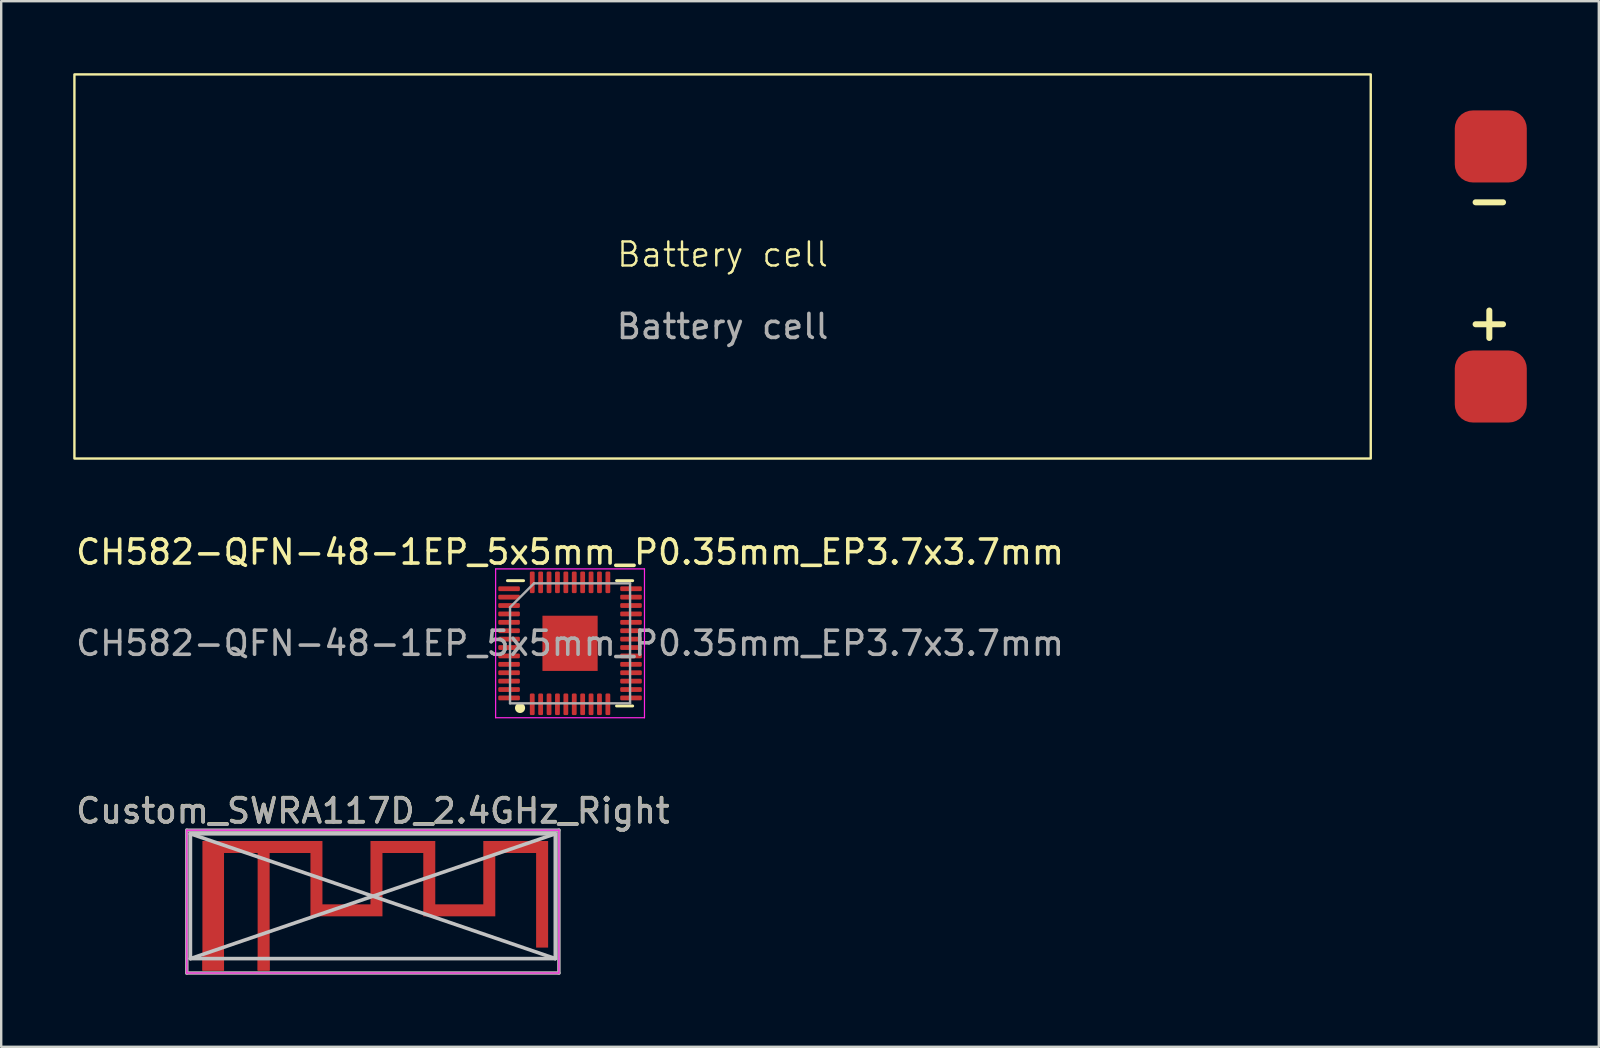
<source format=kicad_pcb>
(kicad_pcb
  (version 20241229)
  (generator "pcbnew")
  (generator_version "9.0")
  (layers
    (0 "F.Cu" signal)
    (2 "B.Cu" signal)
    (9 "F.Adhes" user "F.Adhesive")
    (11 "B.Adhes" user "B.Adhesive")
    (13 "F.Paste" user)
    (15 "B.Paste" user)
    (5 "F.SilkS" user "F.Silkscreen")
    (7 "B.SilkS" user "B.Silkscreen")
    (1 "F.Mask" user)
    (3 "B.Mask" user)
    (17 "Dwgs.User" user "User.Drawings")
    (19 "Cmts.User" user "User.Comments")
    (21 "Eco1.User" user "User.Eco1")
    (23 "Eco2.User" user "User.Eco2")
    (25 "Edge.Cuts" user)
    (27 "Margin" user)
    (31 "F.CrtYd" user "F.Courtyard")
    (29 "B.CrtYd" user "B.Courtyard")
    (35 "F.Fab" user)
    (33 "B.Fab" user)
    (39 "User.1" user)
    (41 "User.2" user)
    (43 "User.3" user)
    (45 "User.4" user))
  (footprint "CH582-QFN-48-1EP_5x5mm_P0.35mm_EP3.7x3.7mm"
    (layer "F.Cu")
    (at 20.696 23.748)
    (property "Reference" "CH582-QFN-48-1EP_5x5mm_P0.35mm_EP3.7x3.7mm" (at 0 -3.8 0) (layer "F.SilkS") (effects (font (size 1 1) (thickness 0.15))))
    (attr smd)
    (fp_line (start -1.935 -2.61) (end -2.61 -2.61) (stroke (width 0.12) (type solid)) (layer "F.SilkS"))
    (fp_line (start 1.935 -2.61) (end 2.61 -2.61) (stroke (width 0.12) (type solid)) (layer "F.SilkS"))
    (fp_line (start 1.935 2.61) (end 2.61 2.61) (stroke (width 0.12) (type solid)) (layer "F.SilkS"))
    (fp_circle (center -2.083 2.692) (end -1.922 2.692) (stroke (width 0.1) (type solid)) (fill yes) (layer "F.SilkS"))
    (fp_line (start -3.1 -3.1) (end -3.1 3.1) (stroke (width 0.05) (type solid)) (layer "F.CrtYd"))
    (fp_line (start -3.1 3.1) (end 3.1 3.1) (stroke (width 0.05) (type solid)) (layer "F.CrtYd"))
    (fp_line (start 3.1 -3.1) (end -3.1 -3.1) (stroke (width 0.05) (type solid)) (layer "F.CrtYd"))
    (fp_line (start 3.1 3.1) (end 3.1 -3.1) (stroke (width 0.05) (type solid)) (layer "F.CrtYd"))
    (fp_line (start -2.5 -1.5) (end -1.5 -2.5) (stroke (width 0.1) (type solid)) (layer "F.Fab"))
    (fp_line (start -2.5 2.5) (end -2.5 -1.5) (stroke (width 0.1) (type solid)) (layer "F.Fab"))
    (fp_line (start -1.5 -2.5) (end 2.5 -2.5) (stroke (width 0.1) (type solid)) (layer "F.Fab"))
    (fp_line (start 2.5 -2.5) (end 2.5 2.5) (stroke (width 0.1) (type solid)) (layer "F.Fab"))
    (fp_line (start 2.5 2.5) (end -2.5 2.5) (stroke (width 0.1) (type solid)) (layer "F.Fab"))
    (fp_text user "${REFERENCE}" (at 0 0 0) (layer "F.Fab") (effects (font (size 1 1) (thickness 0.15))))
    (pad "" smd roundrect (at -0.75 -0.75) (size 0.6 0.6) (layers "F.Paste") (roundrect_rratio 0.25))
    (pad "" smd roundrect (at -0.75 0) (size 0.6 0.6) (layers "F.Paste") (roundrect_rratio 0.25))
    (pad "" smd roundrect (at -0.75 0.75) (size 0.6 0.6) (layers "F.Paste") (roundrect_rratio 0.25))
    (pad "" smd roundrect (at 0 -0.75) (size 0.6 0.6) (layers "F.Paste") (roundrect_rratio 0.25))
    (pad "" smd roundrect (at 0 0) (size 0.6 0.6) (layers "F.Paste") (roundrect_rratio 0.25))
    (pad "" smd roundrect (at 0 0.75) (size 0.6 0.6) (layers "F.Paste") (roundrect_rratio 0.25))
    (pad "" smd roundrect (at 0.75 -0.75 90) (size 0.6 0.6) (layers "F.Paste") (roundrect_rratio 0.25))
    (pad "" smd roundrect (at 0.75 0) (size 0.6 0.6) (layers "F.Paste") (roundrect_rratio 0.25))
    (pad "" smd roundrect (at 0.75 0.75) (size 0.6 0.6) (layers "F.Paste") (roundrect_rratio 0.25))
    (pad "1" smd roundrect (at -1.575 2.54) (size 0.2 0.9) (layers "F.Cu" "F.Mask" "F.Paste") (roundrect_rratio 0.25))
    (pad "2" smd roundrect (at -1.225 2.54) (size 0.2 0.9) (layers "F.Cu" "F.Mask" "F.Paste") (roundrect_rratio 0.25))
    (pad "3" smd roundrect (at -0.875 2.54) (size 0.2 0.9) (layers "F.Cu" "F.Mask" "F.Paste") (roundrect_rratio 0.25))
    (pad "4" smd roundrect (at -0.525 2.54) (size 0.2 0.9) (layers "F.Cu" "F.Mask" "F.Paste") (roundrect_rratio 0.25))
    (pad "5" smd roundrect (at -0.175 2.54) (size 0.2 0.9) (layers "F.Cu" "F.Mask" "F.Paste") (roundrect_rratio 0.25))
    (pad "6" smd roundrect (at 0.175 2.54) (size 0.2 0.9) (layers "F.Cu" "F.Mask" "F.Paste") (roundrect_rratio 0.25))
    (pad "7" smd roundrect (at 0.525 2.54) (size 0.2 0.9) (layers "F.Cu" "F.Mask" "F.Paste") (roundrect_rratio 0.25))
    (pad "8" smd roundrect (at 0.875 2.54) (size 0.2 0.9) (layers "F.Cu" "F.Mask" "F.Paste") (roundrect_rratio 0.25))
    (pad "9" smd roundrect (at 1.225 2.54) (size 0.2 0.9) (layers "F.Cu" "F.Mask" "F.Paste") (roundrect_rratio 0.25))
    (pad "10" smd roundrect (at 1.575 2.54) (size 0.2 0.9) (layers "F.Cu" "F.Mask" "F.Paste") (roundrect_rratio 0.25))
    (pad "11" smd roundrect (at 2.54 2.275) (size 0.9 0.2) (layers "F.Cu" "F.Mask" "F.Paste") (roundrect_rratio 0.25))
    (pad "12" smd roundrect (at 2.54 1.925) (size 0.9 0.2) (layers "F.Cu" "F.Mask" "F.Paste") (roundrect_rratio 0.25))
    (pad "13" smd roundrect (at 2.54 1.575) (size 0.9 0.2) (layers "F.Cu" "F.Mask" "F.Paste") (roundrect_rratio 0.25))
    (pad "14" smd roundrect (at 2.54 1.225) (size 0.9 0.2) (layers "F.Cu" "F.Mask" "F.Paste") (roundrect_rratio 0.25))
    (pad "15" smd roundrect (at 2.54 0.875) (size 0.9 0.2) (layers "F.Cu" "F.Mask" "F.Paste") (roundrect_rratio 0.25))
    (pad "16" smd roundrect (at 2.54 0.525) (size 0.9 0.2) (layers "F.Cu" "F.Mask" "F.Paste") (roundrect_rratio 0.25))
    (pad "17" smd roundrect (at 2.54 0.175) (size 0.9 0.2) (layers "F.Cu" "F.Mask" "F.Paste") (roundrect_rratio 0.25))
    (pad "18" smd roundrect (at 2.54 -0.175) (size 0.9 0.2) (layers "F.Cu" "F.Mask" "F.Paste") (roundrect_rratio 0.25))
    (pad "19" smd roundrect (at 2.54 -0.525) (size 0.9 0.2) (layers "F.Cu" "F.Mask" "F.Paste") (roundrect_rratio 0.25))
    (pad "20" smd roundrect (at 2.54 -0.875) (size 0.9 0.2) (layers "F.Cu" "F.Mask" "F.Paste") (roundrect_rratio 0.25))
    (pad "21" smd roundrect (at 2.54 -1.225) (size 0.9 0.2) (layers "F.Cu" "F.Mask" "F.Paste") (roundrect_rratio 0.25))
    (pad "22" smd roundrect (at 2.54 -1.575) (size 0.9 0.2) (layers "F.Cu" "F.Mask" "F.Paste") (roundrect_rratio 0.25))
    (pad "23" smd roundrect (at 2.54 -1.925) (size 0.9 0.2) (layers "F.Cu" "F.Mask" "F.Paste") (roundrect_rratio 0.25))
    (pad "24" smd roundrect (at 2.54 -2.275) (size 0.9 0.2) (layers "F.Cu" "F.Mask" "F.Paste") (roundrect_rratio 0.25))
    (pad "25" smd roundrect (at 1.575 -2.54) (size 0.2 0.9) (layers "F.Cu" "F.Mask" "F.Paste") (roundrect_rratio 0.25))
    (pad "26" smd roundrect (at 1.225 -2.54) (size 0.2 0.9) (layers "F.Cu" "F.Mask" "F.Paste") (roundrect_rratio 0.25))
    (pad "27" smd roundrect (at 0.875 -2.54) (size 0.2 0.9) (layers "F.Cu" "F.Mask" "F.Paste") (roundrect_rratio 0.25))
    (pad "28" smd roundrect (at 0.525 -2.54) (size 0.2 0.9) (layers "F.Cu" "F.Mask" "F.Paste") (roundrect_rratio 0.25))
    (pad "29" smd roundrect (at 0.175 -2.54) (size 0.2 0.9) (layers "F.Cu" "F.Mask" "F.Paste") (roundrect_rratio 0.25))
    (pad "30" smd roundrect (at -0.175 -2.54) (size 0.2 0.9) (layers "F.Cu" "F.Mask" "F.Paste") (roundrect_rratio 0.25))
    (pad "31" smd roundrect (at -0.525 -2.54) (size 0.2 0.9) (layers "F.Cu" "F.Mask" "F.Paste") (roundrect_rratio 0.25))
    (pad "32" smd roundrect (at -0.875 -2.54) (size 0.2 0.9) (layers "F.Cu" "F.Mask" "F.Paste") (roundrect_rratio 0.25))
    (pad "33" smd roundrect (at -1.225 -2.54) (size 0.2 0.9) (layers "F.Cu" "F.Mask" "F.Paste") (roundrect_rratio 0.25))
    (pad "34" smd roundrect (at -1.575 -2.54) (size 0.2 0.9) (layers "F.Cu" "F.Mask" "F.Paste") (roundrect_rratio 0.25))
    (pad "35" smd roundrect (at -2.54 -2.275) (size 0.9 0.2) (layers "F.Cu" "F.Mask" "F.Paste") (roundrect_rratio 0.25))
    (pad "36" smd roundrect (at -2.54 -1.925) (size 0.9 0.2) (layers "F.Cu" "F.Mask" "F.Paste") (roundrect_rratio 0.25))
    (pad "37" smd roundrect (at -2.54 -1.575) (size 0.9 0.2) (layers "F.Cu" "F.Mask" "F.Paste") (roundrect_rratio 0.25))
    (pad "38" smd roundrect (at -2.54 -1.225) (size 0.9 0.2) (layers "F.Cu" "F.Mask" "F.Paste") (roundrect_rratio 0.25))
    (pad "39" smd roundrect (at -2.54 -0.875) (size 0.9 0.2) (layers "F.Cu" "F.Mask" "F.Paste") (roundrect_rratio 0.25))
    (pad "40" smd roundrect (at -2.54 -0.525) (size 0.9 0.2) (layers "F.Cu" "F.Mask" "F.Paste") (roundrect_rratio 0.25))
    (pad "41" smd roundrect (at -2.54 -0.175) (size 0.9 0.2) (layers "F.Cu" "F.Mask" "F.Paste") (roundrect_rratio 0.25))
    (pad "42" smd roundrect (at -2.54 0.175) (size 0.9 0.2) (layers "F.Cu" "F.Mask" "F.Paste") (roundrect_rratio 0.25))
    (pad "43" smd roundrect (at -2.54 0.525) (size 0.9 0.2) (layers "F.Cu" "F.Mask" "F.Paste") (roundrect_rratio 0.25))
    (pad "44" smd roundrect (at -2.54 0.875) (size 0.9 0.2) (layers "F.Cu" "F.Mask" "F.Paste") (roundrect_rratio 0.25))
    (pad "45" smd roundrect (at -2.54 1.225) (size 0.9 0.2) (layers "F.Cu" "F.Mask" "F.Paste") (roundrect_rratio 0.25))
    (pad "46" smd roundrect (at -2.54 1.575) (size 0.9 0.2) (layers "F.Cu" "F.Mask" "F.Paste") (roundrect_rratio 0.25))
    (pad "47" smd roundrect (at -2.54 1.925) (size 0.9 0.2) (layers "F.Cu" "F.Mask" "F.Paste") (roundrect_rratio 0.25))
    (pad "48" smd roundrect (at -2.54 2.275) (size 0.9 0.2) (layers "F.Cu" "F.Mask" "F.Paste") (roundrect_rratio 0.25))
    (pad "49" smd rect (at 0 0) (size 2.3 2.3) (property pad_prop_heatsink) (layers "F.Cu" "F.Mask")))
  (footprint "Battery cell"
    (layer "F.Cu")
    (at 27.05 8.05)
    (property "Reference" "Battery cell" (at 0 -0.5 0) (unlocked yes) (layer "F.SilkS") (effects (font (size 1 1) (thickness 0.1))))
    (attr smd)
    (fp_rect (start -27 -8) (end 27 8) (stroke (width 0.1) (type default)) (fill no) (layer "F.SilkS"))
    (fp_text user "-" (at 30.846 -1.905 0) (unlocked yes) (layer "F.SilkS") (effects (font (size 1.5 1.5) (thickness 0.25) (bold yes)) (justify left bottom)))
    (fp_text user "+" (at 30.846 3.175 0) (unlocked yes) (layer "F.SilkS") (effects (font (size 1.5 1.5) (thickness 0.25) (bold yes)) (justify left bottom)))
    (fp_text user "${REFERENCE}" (at 0 2.5 0) (unlocked yes) (layer "F.Fab") (effects (font (size 1 1) (thickness 0.15))))
    (pad "1" smd roundrect (at 32 5) (size 3 3) (layers "F.Cu" "F.Mask" "F.Paste") (roundrect_rratio 0.25))
    (pad "2" smd roundrect (at 32 -5) (size 3 3) (layers "F.Cu" "F.Mask" "F.Paste") (roundrect_rratio 0.25)))
  (footprint "Custom_SWRA117D_2.4GHz_Right"
    (layer "F.Cu")
    (at 7.932 37.132)
    (property "Reference" "Custom_SWRA117D_2.4GHz_Right" (at 4.55 -6.41 0) (layer "F.SilkS") (effects (font (size 1 1) (thickness 0.15))))
    (attr exclude_from_pos_files exclude_from_bom)
    (fp_poly (pts (xy 2.45 -2.51) (xy 4.45 -2.51) (xy 4.45 -5.15) (xy 7.15 -5.15) (xy 7.15 -2.51) (xy 9.15 -2.51) (xy 9.15 -5.15) (xy 11.85 -5.15) (xy 11.85 -0.71) (xy 11.35 -0.71) (xy 11.35 -4.65) (xy 9.65 -4.65) (xy 9.65 -2.01) (xy 6.65 -2.01) (xy 6.65 -4.65) (xy 4.95 -4.65) (xy 4.95 -2.01) (xy 1.95 -2.01) (xy 1.95 -4.65) (xy 0.25 -4.65) (xy 0.25 0.25) (xy -0.25 0.25) (xy -0.25 -4.65) (xy -1.65 -4.65) (xy -1.65 0.25) (xy -2.55 0.25) (xy -2.55 0.007) (xy -2.248 0.007) (xy -2.238 0.054) (xy -2.214 0.097) (xy -2.176 0.13) (xy -2.168 0.134) (xy -2.125 0.146) (xy -2.077 0.145) (xy -2.031 0.132) (xy -2.013 0.122) (xy -1.979 0.087) (xy -1.958 0.041) (xy -1.952 -0.008) (xy -1.96 -0.056) (xy -1.977 -0.089) (xy -2.012 -0.121) (xy -2.058 -0.141) (xy -2.107 -0.148) (xy -2.155 -0.14) (xy -2.188 -0.123) (xy -2.223 -0.086) (xy -2.243 -0.042) (xy -2.248 0.007) (xy -2.55 0.007) (xy -2.55 -5.15) (xy 2.45 -5.15) (xy 2.45 -2.51)) (stroke (width 0) (type solid)) (fill yes) (layer "F.Cu"))
    (fp_line (start -3.05 -5.45) (end 12.15 -5.45) (stroke (width 0.15) (type solid)) (layer "Dwgs.User"))
    (fp_line (start -3.05 -5.45) (end 12.15 -0.25) (stroke (width 0.15) (type solid)) (layer "Dwgs.User"))
    (fp_line (start -3.05 -0.25) (end -3.05 -5.45) (stroke (width 0.15) (type solid)) (layer "Dwgs.User"))
    (fp_line (start -3.05 -0.25) (end 12.15 -5.45) (stroke (width 0.15) (type solid)) (layer "Dwgs.User"))
    (fp_line (start -3.05 -0.25) (end 12.15 -0.25) (stroke (width 0.15) (type solid)) (layer "Dwgs.User"))
    (fp_line (start 12.15 -0.25) (end 12.15 -5.45) (stroke (width 0.15) (type solid)) (layer "Dwgs.User"))
    (fp_line (start -3.2 -5.6) (end 12.3 -5.6) (stroke (width 0.05) (type solid)) (layer "F.CrtYd"))
    (fp_line (start -3.2 0.35) (end -3.2 -5.6) (stroke (width 0.05) (type solid)) (layer "F.CrtYd"))
    (fp_line (start 12.3 -5.6) (end 12.3 0.35) (stroke (width 0.05) (type solid)) (layer "F.CrtYd"))
    (fp_line (start 12.3 0.35) (end -3.2 0.35) (stroke (width 0.05) (type solid)) (layer "F.CrtYd"))
    (fp_line (start -3.2 -5.6) (end 12.3 -5.6) (stroke (width 0.15) (type solid)) (layer "F.Fab"))
    (fp_line (start -3.2 0.35) (end -3.2 -5.6) (stroke (width 0.15) (type solid)) (layer "F.Fab"))
    (fp_line (start 12.3 -5.6) (end 12.3 0.35) (stroke (width 0.15) (type solid)) (layer "F.Fab"))
    (fp_line (start 12.3 0.35) (end -3.2 0.35) (stroke (width 0.15) (type solid)) (layer "F.Fab"))
    (fp_text user "${REFERENCE}" (at 4.55 -6.4 0) (layer "F.Fab") (effects (font (size 1 1) (thickness 0.15))))
    (pad "1" connect rect (at 0 0) (size 0.5 0.5) (layers "F.Cu"))
    (pad "2" smd rect (at -2.1 0) (size 0.9 0.5) (layers "F.Cu" "F.Mask" "F.Paste")))
  (gr_rect
    (start -3 -3)
    (end 63.55 40.556)
    (stroke (width 0.1) (type default))
    (fill no)
    (layer "Edge.Cuts")))
</source>
